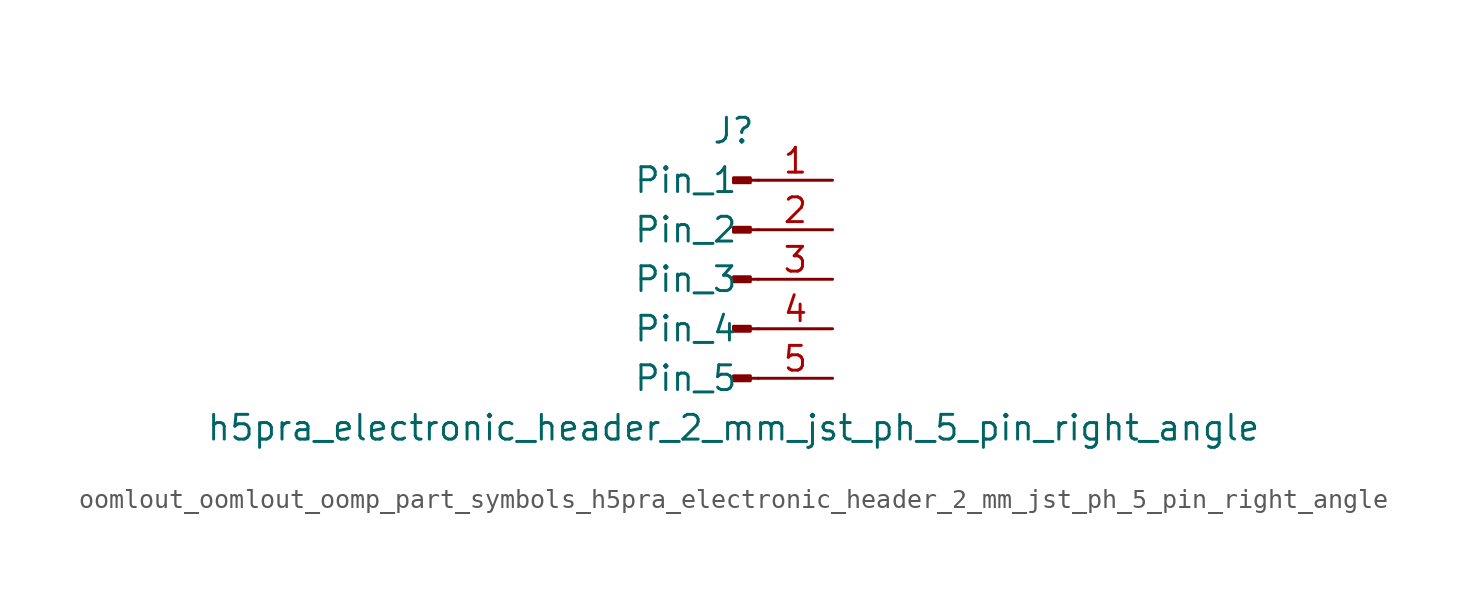
<source format=kicad_sym>
(kicad_symbol_lib
  (version 20220914)
  (generator kicad_symbol_editor)
  (symbol "oomlout_oomlout_oomp_part_symbols_h5pra_electronic_header_2_mm_jst_ph_5_pin_right_angle"
    (pin_names
      (offset 1.016))
    (property "Reference" "J"
      (at 0 7.62 0)
      (effects (font (size 1.27 1.27))))
    (property "Value" "h5pra_electronic_header_2_mm_jst_ph_5_pin_right_angle"
      (at 0 -7.62 0)
      (effects (font (size 1.27 1.27))))
    (property "ki_locked" ""
      (at 0 0 0)
      (effects (font (size 1.27 1.27))))
    (symbol "oomlout_oomlout_oomp_part_symbols_h5pra_electronic_header_2_mm_jst_ph_5_pin_right_angle_1_1"
      (polyline (pts (xy 1.27 -5.08) (xy 0.864 -5.08)) (stroke (width 0.152) (type default)) (fill (type none)))
      (polyline (pts (xy 1.27 -2.54) (xy 0.864 -2.54)) (stroke (width 0.152) (type default)) (fill (type none)))
      (polyline (pts (xy 1.27 0) (xy 0.864 0)) (stroke (width 0.152) (type default)) (fill (type none)))
      (polyline (pts (xy 1.27 2.54) (xy 0.864 2.54)) (stroke (width 0.152) (type default)) (fill (type none)))
      (polyline (pts (xy 1.27 5.08) (xy 0.864 5.08)) (stroke (width 0.152) (type default)) (fill (type none)))
      (rectangle (start 0.864 -4.953) (end 0 -5.207) (stroke (width 0.152) (type default)) (fill (type outline)))
      (rectangle (start 0.864 -2.413) (end 0 -2.667) (stroke (width 0.152) (type default)) (fill (type outline)))
      (rectangle (start 0.864 0.127) (end 0 -0.127) (stroke (width 0.152) (type default)) (fill (type outline)))
      (rectangle (start 0.864 2.667) (end 0 2.413) (stroke (width 0.152) (type default)) (fill (type outline)))
      (rectangle (start 0.864 5.207) (end 0 4.953) (stroke (width 0.152) (type default)) (fill (type outline)))
      (pin passive line (at 5.08 5.08 180) (length 3.81) (name "Pin_1" (effects (font (size 1.27 1.27)))) (number "1" (effects (font (size 1.27 1.27)))))
      (pin passive line (at 5.08 2.54 180) (length 3.81) (name "Pin_2" (effects (font (size 1.27 1.27)))) (number "2" (effects (font (size 1.27 1.27)))))
      (pin passive line (at 5.08 0 180) (length 3.81) (name "Pin_3" (effects (font (size 1.27 1.27)))) (number "3" (effects (font (size 1.27 1.27)))))
      (pin passive line (at 5.08 -2.54 180) (length 3.81) (name "Pin_4" (effects (font (size 1.27 1.27)))) (number "4" (effects (font (size 1.27 1.27)))))
      (pin passive line (at 5.08 -5.08 180) (length 3.81) (name "Pin_5" (effects (font (size 1.27 1.27)))) (number "5" (effects (font (size 1.27 1.27))))))))
</source>
